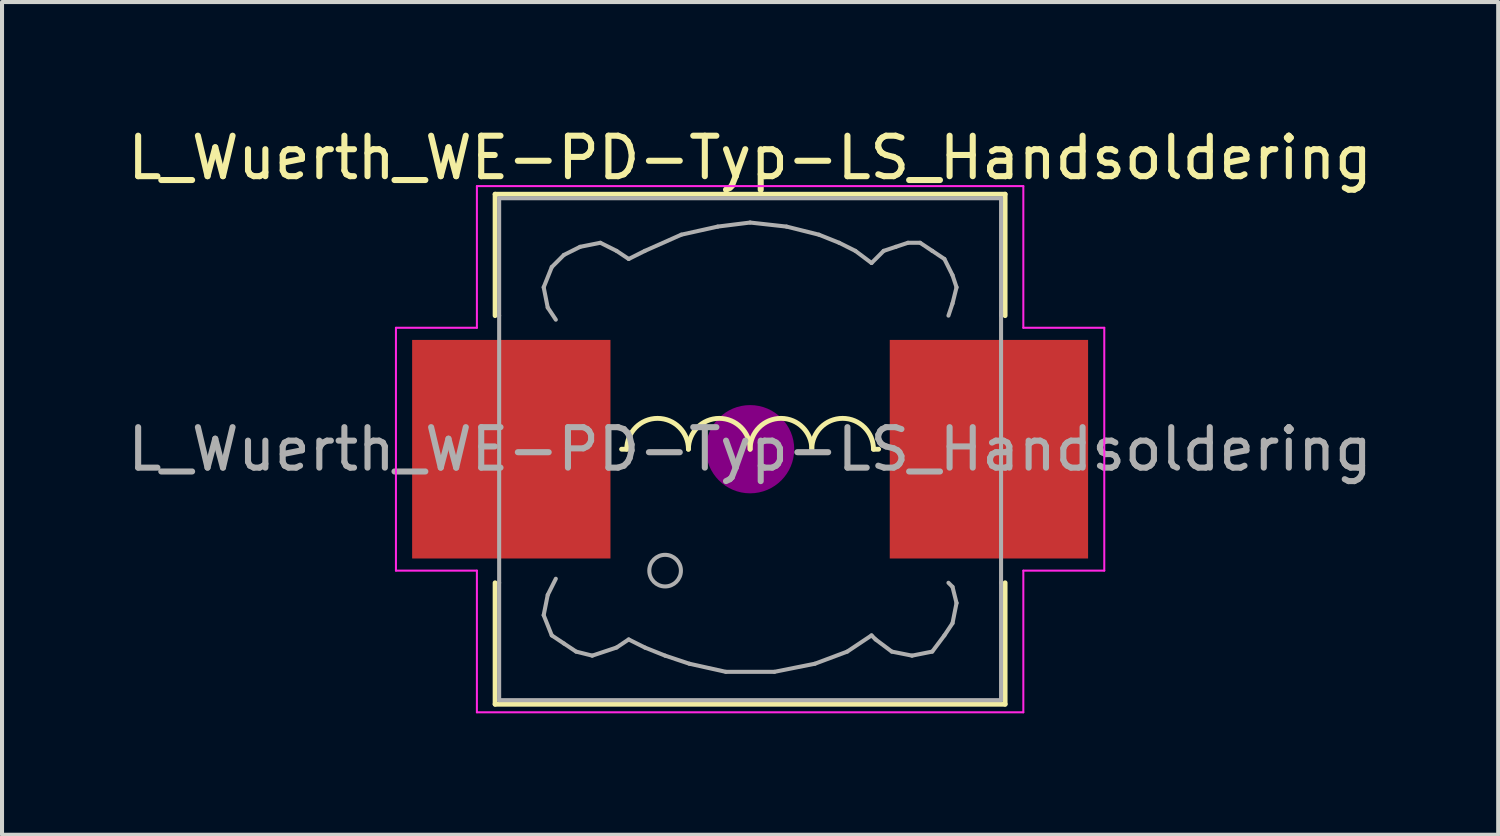
<source format=kicad_pcb>
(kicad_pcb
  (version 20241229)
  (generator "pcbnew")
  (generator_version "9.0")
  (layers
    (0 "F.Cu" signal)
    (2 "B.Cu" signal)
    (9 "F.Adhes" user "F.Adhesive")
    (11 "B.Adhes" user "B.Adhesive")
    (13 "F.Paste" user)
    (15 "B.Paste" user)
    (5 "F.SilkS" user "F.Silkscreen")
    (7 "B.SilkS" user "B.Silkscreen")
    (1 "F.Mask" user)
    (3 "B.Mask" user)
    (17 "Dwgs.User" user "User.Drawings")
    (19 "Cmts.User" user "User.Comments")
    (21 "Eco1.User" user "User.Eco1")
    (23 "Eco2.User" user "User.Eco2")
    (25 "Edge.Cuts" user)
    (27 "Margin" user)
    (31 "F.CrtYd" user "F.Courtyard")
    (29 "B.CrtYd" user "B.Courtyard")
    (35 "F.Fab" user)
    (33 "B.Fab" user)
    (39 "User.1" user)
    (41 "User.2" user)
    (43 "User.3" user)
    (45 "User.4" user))
  (footprint "L_Wuerth_WE-PD-Typ-LS_Handsoldering"
    (layer "F.Cu")
    (at 15.482 8.048)
    (property "Reference" "L_Wuerth_WE-PD-Typ-LS_Handsoldering" (at 0 -7.2 0) (layer "F.SilkS") (effects (font (size 1 1) (thickness 0.15))))
    (attr smd)
    (fp_line (start -6.3 -6.3) (end 6.3 -6.3) (stroke (width 0.12) (type solid)) (layer "F.SilkS"))
    (fp_line (start -6.3 -3.3) (end -6.3 -6.3) (stroke (width 0.12) (type solid)) (layer "F.SilkS"))
    (fp_line (start -6.3 6.3) (end -6.3 3.3) (stroke (width 0.12) (type solid)) (layer "F.SilkS"))
    (fp_line (start -3.048 0) (end -3.175 0) (stroke (width 0.12) (type solid)) (layer "F.SilkS"))
    (fp_line (start 3.175 0) (end 3.048 0) (stroke (width 0.12) (type solid)) (layer "F.SilkS"))
    (fp_line (start 6.3 -6.3) (end 6.3 -3.3) (stroke (width 0.12) (type solid)) (layer "F.SilkS"))
    (fp_line (start 6.3 3.3) (end 6.3 6.3) (stroke (width 0.12) (type solid)) (layer "F.SilkS"))
    (fp_line (start 6.3 6.3) (end -6.3 6.3) (stroke (width 0.12) (type solid)) (layer "F.SilkS"))
    (fp_arc (start -3.048 0) (mid -2.286 -0.762) (end -1.524 0) (stroke (width 0.12) (type solid)) (layer "F.SilkS"))
    (fp_arc (start -1.524 0) (mid -0.762 -0.762) (end 0 0) (stroke (width 0.12) (type solid)) (layer "F.SilkS"))
    (fp_arc (start 0 0) (mid 0.762 -0.762) (end 1.524 0) (stroke (width 0.12) (type solid)) (layer "F.SilkS"))
    (fp_arc (start 1.524 0) (mid 2.286 -0.762) (end 3.048 0) (stroke (width 0.12) (type solid)) (layer "F.SilkS"))
    (fp_circle (center 0 0) (end 0.15 0.15) (stroke (width 0.38) (type solid)) (fill no) (layer "F.Adhes"))
    (fp_circle (center 0 0) (end 0.55 0) (stroke (width 0.38) (type solid)) (fill no) (layer "F.Adhes"))
    (fp_circle (center 0 0) (end 0.9 0) (stroke (width 0.38) (type solid)) (fill no) (layer "F.Adhes"))
    (fp_line (start -8.75 -3) (end -6.75 -3) (stroke (width 0.05) (type solid)) (layer "F.CrtYd"))
    (fp_line (start -8.75 3) (end -8.75 -3) (stroke (width 0.05) (type solid)) (layer "F.CrtYd"))
    (fp_line (start -6.75 -6.5) (end 6.75 -6.5) (stroke (width 0.05) (type solid)) (layer "F.CrtYd"))
    (fp_line (start -6.75 -3) (end -6.75 -6.5) (stroke (width 0.05) (type solid)) (layer "F.CrtYd"))
    (fp_line (start -6.75 3) (end -8.75 3) (stroke (width 0.05) (type solid)) (layer "F.CrtYd"))
    (fp_line (start -6.75 6.5) (end -6.75 3) (stroke (width 0.05) (type solid)) (layer "F.CrtYd"))
    (fp_line (start 6.75 -6.5) (end 6.75 -3) (stroke (width 0.05) (type solid)) (layer "F.CrtYd"))
    (fp_line (start 6.75 -3) (end 8.75 -3) (stroke (width 0.05) (type solid)) (layer "F.CrtYd"))
    (fp_line (start 6.75 3) (end 6.75 6.5) (stroke (width 0.05) (type solid)) (layer "F.CrtYd"))
    (fp_line (start 6.75 6.5) (end -6.75 6.5) (stroke (width 0.05) (type solid)) (layer "F.CrtYd"))
    (fp_line (start 8.75 -3) (end 8.75 3) (stroke (width 0.05) (type solid)) (layer "F.CrtYd"))
    (fp_line (start 8.75 3) (end 6.75 3) (stroke (width 0.05) (type solid)) (layer "F.CrtYd"))
    (fp_line (start -6.2 -6.2) (end -6.2 -3.3) (stroke (width 0.1) (type solid)) (layer "F.Fab"))
    (fp_line (start -6.2 -3.3) (end -6.2 3.3) (stroke (width 0.1) (type solid)) (layer "F.Fab"))
    (fp_line (start -6.2 3.3) (end -6.2 6.2) (stroke (width 0.1) (type solid)) (layer "F.Fab"))
    (fp_line (start -6.2 6.2) (end 6.2 6.2) (stroke (width 0.1) (type solid)) (layer "F.Fab"))
    (fp_line (start -5.1 -4) (end -5 -3.5) (stroke (width 0.1) (type solid)) (layer "F.Fab"))
    (fp_line (start -5.1 4.1) (end -5 3.6) (stroke (width 0.1) (type solid)) (layer "F.Fab"))
    (fp_line (start -5 -3.5) (end -4.8 -3.2) (stroke (width 0.1) (type solid)) (layer "F.Fab"))
    (fp_line (start -5 3.6) (end -4.8 3.2) (stroke (width 0.1) (type solid)) (layer "F.Fab"))
    (fp_line (start -4.9 -4.5) (end -5.1 -4) (stroke (width 0.1) (type solid)) (layer "F.Fab"))
    (fp_line (start -4.9 4.6) (end -5.1 4.1) (stroke (width 0.1) (type solid)) (layer "F.Fab"))
    (fp_line (start -4.6 -4.8) (end -4.9 -4.5) (stroke (width 0.1) (type solid)) (layer "F.Fab"))
    (fp_line (start -4.6 4.8) (end -4.9 4.6) (stroke (width 0.1) (type solid)) (layer "F.Fab"))
    (fp_line (start -4.3 5) (end -4.6 4.8) (stroke (width 0.1) (type solid)) (layer "F.Fab"))
    (fp_line (start -4.2 -5) (end -4.6 -4.8) (stroke (width 0.1) (type solid)) (layer "F.Fab"))
    (fp_line (start -3.9 5.1) (end -4.3 5) (stroke (width 0.1) (type solid)) (layer "F.Fab"))
    (fp_line (start -3.7 -5.1) (end -4.2 -5) (stroke (width 0.1) (type solid)) (layer "F.Fab"))
    (fp_line (start -3.3 -4.9) (end -3.7 -5.1) (stroke (width 0.1) (type solid)) (layer "F.Fab"))
    (fp_line (start -3.3 4.9) (end -3.9 5.1) (stroke (width 0.1) (type solid)) (layer "F.Fab"))
    (fp_line (start -3 -4.7) (end -3.3 -4.9) (stroke (width 0.1) (type solid)) (layer "F.Fab"))
    (fp_line (start -3 4.7) (end -3.3 4.9) (stroke (width 0.1) (type solid)) (layer "F.Fab"))
    (fp_line (start -2.6 -4.9) (end -3 -4.7) (stroke (width 0.1) (type solid)) (layer "F.Fab"))
    (fp_line (start -2.6 4.9) (end -3 4.7) (stroke (width 0.1) (type solid)) (layer "F.Fab"))
    (fp_line (start -2.1 5.1) (end -2.6 4.9) (stroke (width 0.1) (type solid)) (layer "F.Fab"))
    (fp_line (start -1.7 -5.3) (end -2.6 -4.9) (stroke (width 0.1) (type solid)) (layer "F.Fab"))
    (fp_line (start -1.5 5.3) (end -2.1 5.1) (stroke (width 0.1) (type solid)) (layer "F.Fab"))
    (fp_line (start -0.8 -5.5) (end -1.7 -5.3) (stroke (width 0.1) (type solid)) (layer "F.Fab"))
    (fp_line (start -0.6 5.5) (end -1.5 5.3) (stroke (width 0.1) (type solid)) (layer "F.Fab"))
    (fp_line (start 0 -5.6) (end -0.8 -5.5) (stroke (width 0.1) (type solid)) (layer "F.Fab"))
    (fp_line (start 0.6 5.5) (end -0.6 5.5) (stroke (width 0.1) (type solid)) (layer "F.Fab"))
    (fp_line (start 0.9 -5.5) (end 0 -5.6) (stroke (width 0.1) (type solid)) (layer "F.Fab"))
    (fp_line (start 1.6 5.3) (end 0.6 5.5) (stroke (width 0.1) (type solid)) (layer "F.Fab"))
    (fp_line (start 1.7 -5.3) (end 0.9 -5.5) (stroke (width 0.1) (type solid)) (layer "F.Fab"))
    (fp_line (start 2.2 -5.1) (end 1.7 -5.3) (stroke (width 0.1) (type solid)) (layer "F.Fab"))
    (fp_line (start 2.4 5) (end 1.6 5.3) (stroke (width 0.1) (type solid)) (layer "F.Fab"))
    (fp_line (start 2.6 -4.9) (end 2.2 -5.1) (stroke (width 0.1) (type solid)) (layer "F.Fab"))
    (fp_line (start 3 -4.6) (end 2.6 -4.9) (stroke (width 0.1) (type solid)) (layer "F.Fab"))
    (fp_line (start 3 4.6) (end 2.4 5) (stroke (width 0.1) (type solid)) (layer "F.Fab"))
    (fp_line (start 3.1 4.7) (end 3 4.6) (stroke (width 0.1) (type solid)) (layer "F.Fab"))
    (fp_line (start 3.3 -4.9) (end 3 -4.6) (stroke (width 0.1) (type solid)) (layer "F.Fab"))
    (fp_line (start 3.5 5) (end 3.1 4.7) (stroke (width 0.1) (type solid)) (layer "F.Fab"))
    (fp_line (start 3.6 -5) (end 3.3 -4.9) (stroke (width 0.1) (type solid)) (layer "F.Fab"))
    (fp_line (start 3.9 -5.1) (end 3.6 -5) (stroke (width 0.1) (type solid)) (layer "F.Fab"))
    (fp_line (start 4 5.1) (end 3.5 5) (stroke (width 0.1) (type solid)) (layer "F.Fab"))
    (fp_line (start 4.2 -5.1) (end 3.9 -5.1) (stroke (width 0.1) (type solid)) (layer "F.Fab"))
    (fp_line (start 4.5 -4.9) (end 4.2 -5.1) (stroke (width 0.1) (type solid)) (layer "F.Fab"))
    (fp_line (start 4.5 5) (end 4 5.1) (stroke (width 0.1) (type solid)) (layer "F.Fab"))
    (fp_line (start 4.8 -4.7) (end 4.5 -4.9) (stroke (width 0.1) (type solid)) (layer "F.Fab"))
    (fp_line (start 4.8 4.6) (end 4.5 5) (stroke (width 0.1) (type solid)) (layer "F.Fab"))
    (fp_line (start 4.9 -3.3) (end 5 -3.6) (stroke (width 0.1) (type solid)) (layer "F.Fab"))
    (fp_line (start 4.9 3.3) (end 5 3.4) (stroke (width 0.1) (type solid)) (layer "F.Fab"))
    (fp_line (start 5 -4.3) (end 4.8 -4.7) (stroke (width 0.1) (type solid)) (layer "F.Fab"))
    (fp_line (start 5 -3.6) (end 5.1 -4) (stroke (width 0.1) (type solid)) (layer "F.Fab"))
    (fp_line (start 5 3.4) (end 5.1 3.8) (stroke (width 0.1) (type solid)) (layer "F.Fab"))
    (fp_line (start 5 4.3) (end 4.8 4.6) (stroke (width 0.1) (type solid)) (layer "F.Fab"))
    (fp_line (start 5.1 -4) (end 5 -4.3) (stroke (width 0.1) (type solid)) (layer "F.Fab"))
    (fp_line (start 5.1 3.8) (end 5 4.3) (stroke (width 0.1) (type solid)) (layer "F.Fab"))
    (fp_line (start 6.2 -6.2) (end -6.2 -6.2) (stroke (width 0.1) (type solid)) (layer "F.Fab"))
    (fp_line (start 6.2 -6.2) (end 6.2 -3.3) (stroke (width 0.1) (type solid)) (layer "F.Fab"))
    (fp_line (start 6.2 3.3) (end 6.2 -3.4) (stroke (width 0.1) (type solid)) (layer "F.Fab"))
    (fp_line (start 6.2 6.2) (end 6.2 3.3) (stroke (width 0.1) (type solid)) (layer "F.Fab"))
    (fp_circle (center -2.1 3) (end -1.8 3.25) (stroke (width 0.1) (type solid)) (fill no) (layer "F.Fab"))
    (fp_text user "${REFERENCE}" (at 0 0 0) (layer "F.Fab") (effects (font (size 1 1) (thickness 0.15))))
    (pad "1" smd rect (at -5.9 0) (size 4.9 5.4) (layers "F.Cu" "F.Mask" "F.Paste"))
    (pad "2" smd rect (at 5.9 0) (size 4.9 5.4) (layers "F.Cu" "F.Mask" "F.Paste")))
  (gr_rect
    (start -3 -3)
    (end 33.964 17.573)
    (stroke (width 0.1) (type default))
    (fill no)
    (layer "Edge.Cuts")))
</source>
